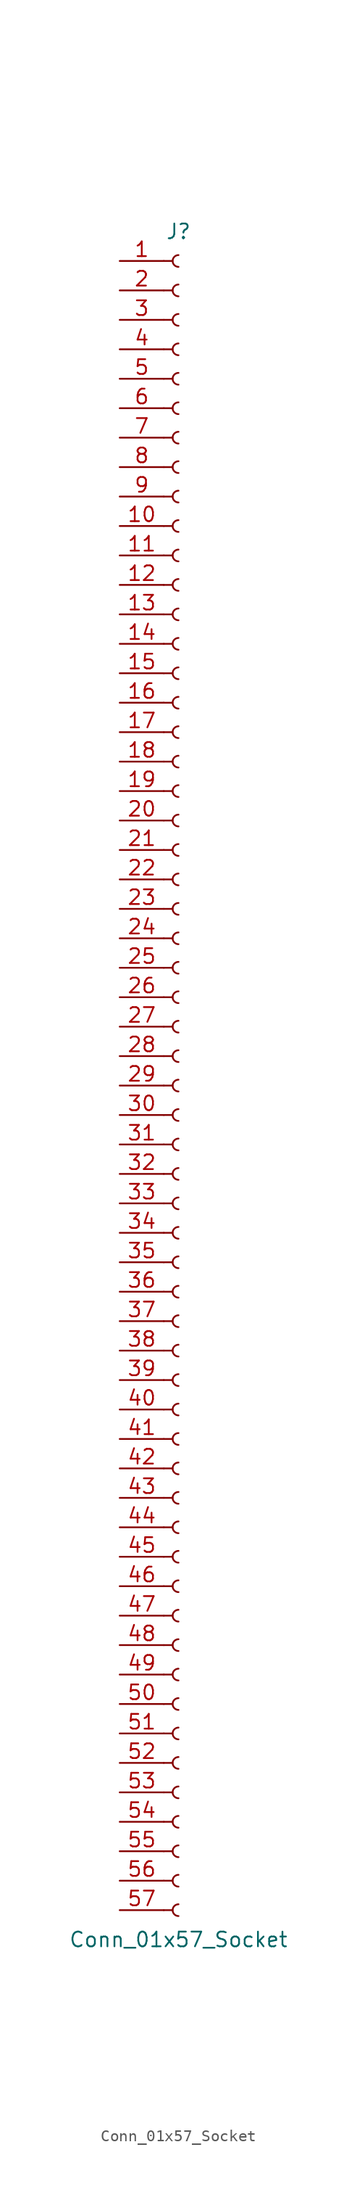
<source format=kicad_sym>
(kicad_symbol_lib
  (version 20241209)
  (generator "kicad_symbol_editor")
  (generator_version "9.0")
  (symbol "Conn_01x57_Socket"
    (pin_names
      (offset 1.016)
      (hide yes))
    (property "Reference" "J"
      (at 0 73.66 0)
      (effects (font (size 1.27 1.27))))
    (property "Value" "Conn_01x57_Socket"
      (at 0 -73.66 0)
      (effects (font (size 1.27 1.27))))
    (property "ki_locked" ""
      (at 0 0 0)
      (effects (font (size 1.27 1.27))))
    (symbol "Conn_01x57_Socket_1_1"
      (polyline (pts (xy -1.27 71.12) (xy -0.508 71.12)) (stroke (width 0.152) (type default)) (fill (type none)))
      (polyline (pts (xy -1.27 68.58) (xy -0.508 68.58)) (stroke (width 0.152) (type default)) (fill (type none)))
      (polyline (pts (xy -1.27 66.04) (xy -0.508 66.04)) (stroke (width 0.152) (type default)) (fill (type none)))
      (polyline (pts (xy -1.27 63.5) (xy -0.508 63.5)) (stroke (width 0.152) (type default)) (fill (type none)))
      (polyline (pts (xy -1.27 60.96) (xy -0.508 60.96)) (stroke (width 0.152) (type default)) (fill (type none)))
      (polyline (pts (xy -1.27 58.42) (xy -0.508 58.42)) (stroke (width 0.152) (type default)) (fill (type none)))
      (polyline (pts (xy -1.27 55.88) (xy -0.508 55.88)) (stroke (width 0.152) (type default)) (fill (type none)))
      (polyline (pts (xy -1.27 53.34) (xy -0.508 53.34)) (stroke (width 0.152) (type default)) (fill (type none)))
      (polyline (pts (xy -1.27 50.8) (xy -0.508 50.8)) (stroke (width 0.152) (type default)) (fill (type none)))
      (polyline (pts (xy -1.27 48.26) (xy -0.508 48.26)) (stroke (width 0.152) (type default)) (fill (type none)))
      (polyline (pts (xy -1.27 45.72) (xy -0.508 45.72)) (stroke (width 0.152) (type default)) (fill (type none)))
      (polyline (pts (xy -1.27 43.18) (xy -0.508 43.18)) (stroke (width 0.152) (type default)) (fill (type none)))
      (polyline (pts (xy -1.27 40.64) (xy -0.508 40.64)) (stroke (width 0.152) (type default)) (fill (type none)))
      (polyline (pts (xy -1.27 38.1) (xy -0.508 38.1)) (stroke (width 0.152) (type default)) (fill (type none)))
      (polyline (pts (xy -1.27 35.56) (xy -0.508 35.56)) (stroke (width 0.152) (type default)) (fill (type none)))
      (polyline (pts (xy -1.27 33.02) (xy -0.508 33.02)) (stroke (width 0.152) (type default)) (fill (type none)))
      (polyline (pts (xy -1.27 30.48) (xy -0.508 30.48)) (stroke (width 0.152) (type default)) (fill (type none)))
      (polyline (pts (xy -1.27 27.94) (xy -0.508 27.94)) (stroke (width 0.152) (type default)) (fill (type none)))
      (polyline (pts (xy -1.27 25.4) (xy -0.508 25.4)) (stroke (width 0.152) (type default)) (fill (type none)))
      (polyline (pts (xy -1.27 22.86) (xy -0.508 22.86)) (stroke (width 0.152) (type default)) (fill (type none)))
      (polyline (pts (xy -1.27 20.32) (xy -0.508 20.32)) (stroke (width 0.152) (type default)) (fill (type none)))
      (polyline (pts (xy -1.27 17.78) (xy -0.508 17.78)) (stroke (width 0.152) (type default)) (fill (type none)))
      (polyline (pts (xy -1.27 15.24) (xy -0.508 15.24)) (stroke (width 0.152) (type default)) (fill (type none)))
      (polyline (pts (xy -1.27 12.7) (xy -0.508 12.7)) (stroke (width 0.152) (type default)) (fill (type none)))
      (polyline (pts (xy -1.27 10.16) (xy -0.508 10.16)) (stroke (width 0.152) (type default)) (fill (type none)))
      (polyline (pts (xy -1.27 7.62) (xy -0.508 7.62)) (stroke (width 0.152) (type default)) (fill (type none)))
      (polyline (pts (xy -1.27 5.08) (xy -0.508 5.08)) (stroke (width 0.152) (type default)) (fill (type none)))
      (polyline (pts (xy -1.27 2.54) (xy -0.508 2.54)) (stroke (width 0.152) (type default)) (fill (type none)))
      (polyline (pts (xy -1.27 0) (xy -0.508 0)) (stroke (width 0.152) (type default)) (fill (type none)))
      (polyline (pts (xy -1.27 -2.54) (xy -0.508 -2.54)) (stroke (width 0.152) (type default)) (fill (type none)))
      (polyline (pts (xy -1.27 -5.08) (xy -0.508 -5.08)) (stroke (width 0.152) (type default)) (fill (type none)))
      (polyline (pts (xy -1.27 -7.62) (xy -0.508 -7.62)) (stroke (width 0.152) (type default)) (fill (type none)))
      (polyline (pts (xy -1.27 -10.16) (xy -0.508 -10.16)) (stroke (width 0.152) (type default)) (fill (type none)))
      (polyline (pts (xy -1.27 -12.7) (xy -0.508 -12.7)) (stroke (width 0.152) (type default)) (fill (type none)))
      (polyline (pts (xy -1.27 -15.24) (xy -0.508 -15.24)) (stroke (width 0.152) (type default)) (fill (type none)))
      (polyline (pts (xy -1.27 -17.78) (xy -0.508 -17.78)) (stroke (width 0.152) (type default)) (fill (type none)))
      (polyline (pts (xy -1.27 -20.32) (xy -0.508 -20.32)) (stroke (width 0.152) (type default)) (fill (type none)))
      (polyline (pts (xy -1.27 -22.86) (xy -0.508 -22.86)) (stroke (width 0.152) (type default)) (fill (type none)))
      (polyline (pts (xy -1.27 -25.4) (xy -0.508 -25.4)) (stroke (width 0.152) (type default)) (fill (type none)))
      (polyline (pts (xy -1.27 -27.94) (xy -0.508 -27.94)) (stroke (width 0.152) (type default)) (fill (type none)))
      (polyline (pts (xy -1.27 -30.48) (xy -0.508 -30.48)) (stroke (width 0.152) (type default)) (fill (type none)))
      (polyline (pts (xy -1.27 -33.02) (xy -0.508 -33.02)) (stroke (width 0.152) (type default)) (fill (type none)))
      (polyline (pts (xy -1.27 -35.56) (xy -0.508 -35.56)) (stroke (width 0.152) (type default)) (fill (type none)))
      (polyline (pts (xy -1.27 -38.1) (xy -0.508 -38.1)) (stroke (width 0.152) (type default)) (fill (type none)))
      (polyline (pts (xy -1.27 -40.64) (xy -0.508 -40.64)) (stroke (width 0.152) (type default)) (fill (type none)))
      (polyline (pts (xy -1.27 -43.18) (xy -0.508 -43.18)) (stroke (width 0.152) (type default)) (fill (type none)))
      (polyline (pts (xy -1.27 -45.72) (xy -0.508 -45.72)) (stroke (width 0.152) (type default)) (fill (type none)))
      (polyline (pts (xy -1.27 -48.26) (xy -0.508 -48.26)) (stroke (width 0.152) (type default)) (fill (type none)))
      (polyline (pts (xy -1.27 -50.8) (xy -0.508 -50.8)) (stroke (width 0.152) (type default)) (fill (type none)))
      (polyline (pts (xy -1.27 -53.34) (xy -0.508 -53.34)) (stroke (width 0.152) (type default)) (fill (type none)))
      (polyline (pts (xy -1.27 -55.88) (xy -0.508 -55.88)) (stroke (width 0.152) (type default)) (fill (type none)))
      (polyline (pts (xy -1.27 -58.42) (xy -0.508 -58.42)) (stroke (width 0.152) (type default)) (fill (type none)))
      (polyline (pts (xy -1.27 -60.96) (xy -0.508 -60.96)) (stroke (width 0.152) (type default)) (fill (type none)))
      (polyline (pts (xy -1.27 -63.5) (xy -0.508 -63.5)) (stroke (width 0.152) (type default)) (fill (type none)))
      (polyline (pts (xy -1.27 -66.04) (xy -0.508 -66.04)) (stroke (width 0.152) (type default)) (fill (type none)))
      (polyline (pts (xy -1.27 -68.58) (xy -0.508 -68.58)) (stroke (width 0.152) (type default)) (fill (type none)))
      (polyline (pts (xy -1.27 -71.12) (xy -0.508 -71.12)) (stroke (width 0.152) (type default)) (fill (type none)))
      (arc (start 0 70.612) (mid -0.5058 71.12) (end 0 71.628) (stroke (width 0.1524) (type default)) (fill (type none)))
      (arc (start 0 68.072) (mid -0.5058 68.58) (end 0 69.088) (stroke (width 0.1524) (type default)) (fill (type none)))
      (arc (start 0 65.532) (mid -0.5058 66.04) (end 0 66.548) (stroke (width 0.1524) (type default)) (fill (type none)))
      (arc (start 0 62.992) (mid -0.5058 63.5) (end 0 64.008) (stroke (width 0.1524) (type default)) (fill (type none)))
      (arc (start 0 60.452) (mid -0.5058 60.96) (end 0 61.468) (stroke (width 0.1524) (type default)) (fill (type none)))
      (arc (start 0 57.912) (mid -0.5058 58.42) (end 0 58.928) (stroke (width 0.1524) (type default)) (fill (type none)))
      (arc (start 0 55.372) (mid -0.5058 55.88) (end 0 56.388) (stroke (width 0.1524) (type default)) (fill (type none)))
      (arc (start 0 52.832) (mid -0.5058 53.34) (end 0 53.848) (stroke (width 0.1524) (type default)) (fill (type none)))
      (arc (start 0 50.292) (mid -0.5058 50.8) (end 0 51.308) (stroke (width 0.1524) (type default)) (fill (type none)))
      (arc (start 0 47.752) (mid -0.5058 48.26) (end 0 48.768) (stroke (width 0.1524) (type default)) (fill (type none)))
      (arc (start 0 45.212) (mid -0.5058 45.72) (end 0 46.228) (stroke (width 0.1524) (type default)) (fill (type none)))
      (arc (start 0 42.672) (mid -0.5058 43.18) (end 0 43.688) (stroke (width 0.1524) (type default)) (fill (type none)))
      (arc (start 0 40.132) (mid -0.5058 40.64) (end 0 41.148) (stroke (width 0.1524) (type default)) (fill (type none)))
      (arc (start 0 37.592) (mid -0.5058 38.1) (end 0 38.608) (stroke (width 0.1524) (type default)) (fill (type none)))
      (arc (start 0 35.052) (mid -0.5058 35.56) (end 0 36.068) (stroke (width 0.1524) (type default)) (fill (type none)))
      (arc (start 0 32.512) (mid -0.5058 33.02) (end 0 33.528) (stroke (width 0.1524) (type default)) (fill (type none)))
      (arc (start 0 29.972) (mid -0.5058 30.48) (end 0 30.988) (stroke (width 0.1524) (type default)) (fill (type none)))
      (arc (start 0 27.432) (mid -0.5058 27.94) (end 0 28.448) (stroke (width 0.1524) (type default)) (fill (type none)))
      (arc (start 0 24.892) (mid -0.5058 25.4) (end 0 25.908) (stroke (width 0.1524) (type default)) (fill (type none)))
      (arc (start 0 22.352) (mid -0.5058 22.86) (end 0 23.368) (stroke (width 0.1524) (type default)) (fill (type none)))
      (arc (start 0 19.812) (mid -0.5058 20.32) (end 0 20.828) (stroke (width 0.1524) (type default)) (fill (type none)))
      (arc (start 0 17.272) (mid -0.5058 17.78) (end 0 18.288) (stroke (width 0.1524) (type default)) (fill (type none)))
      (arc (start 0 14.732) (mid -0.5058 15.24) (end 0 15.748) (stroke (width 0.1524) (type default)) (fill (type none)))
      (arc (start 0 12.192) (mid -0.5058 12.7) (end 0 13.208) (stroke (width 0.1524) (type default)) (fill (type none)))
      (arc (start 0 9.652) (mid -0.5058 10.16) (end 0 10.668) (stroke (width 0.1524) (type default)) (fill (type none)))
      (arc (start 0 7.112) (mid -0.5058 7.62) (end 0 8.128) (stroke (width 0.1524) (type default)) (fill (type none)))
      (arc (start 0 4.572) (mid -0.5058 5.08) (end 0 5.588) (stroke (width 0.1524) (type default)) (fill (type none)))
      (arc (start 0 2.032) (mid -0.5058 2.54) (end 0 3.048) (stroke (width 0.1524) (type default)) (fill (type none)))
      (arc (start 0 -0.508) (mid -0.5058 0) (end 0 0.508) (stroke (width 0.1524) (type default)) (fill (type none)))
      (arc (start 0 -3.048) (mid -0.5058 -2.54) (end 0 -2.032) (stroke (width 0.1524) (type default)) (fill (type none)))
      (arc (start 0 -5.588) (mid -0.5058 -5.08) (end 0 -4.572) (stroke (width 0.1524) (type default)) (fill (type none)))
      (arc (start 0 -8.128) (mid -0.5058 -7.62) (end 0 -7.112) (stroke (width 0.1524) (type default)) (fill (type none)))
      (arc (start 0 -10.668) (mid -0.5058 -10.16) (end 0 -9.652) (stroke (width 0.1524) (type default)) (fill (type none)))
      (arc (start 0 -13.208) (mid -0.5058 -12.7) (end 0 -12.192) (stroke (width 0.1524) (type default)) (fill (type none)))
      (arc (start 0 -15.748) (mid -0.5058 -15.24) (end 0 -14.732) (stroke (width 0.1524) (type default)) (fill (type none)))
      (arc (start 0 -18.288) (mid -0.5058 -17.78) (end 0 -17.272) (stroke (width 0.1524) (type default)) (fill (type none)))
      (arc (start 0 -20.828) (mid -0.5058 -20.32) (end 0 -19.812) (stroke (width 0.1524) (type default)) (fill (type none)))
      (arc (start 0 -23.368) (mid -0.5058 -22.86) (end 0 -22.352) (stroke (width 0.1524) (type default)) (fill (type none)))
      (arc (start 0 -25.908) (mid -0.5058 -25.4) (end 0 -24.892) (stroke (width 0.1524) (type default)) (fill (type none)))
      (arc (start 0 -28.448) (mid -0.5058 -27.94) (end 0 -27.432) (stroke (width 0.1524) (type default)) (fill (type none)))
      (arc (start 0 -30.988) (mid -0.5058 -30.48) (end 0 -29.972) (stroke (width 0.1524) (type default)) (fill (type none)))
      (arc (start 0 -33.528) (mid -0.5058 -33.02) (end 0 -32.512) (stroke (width 0.1524) (type default)) (fill (type none)))
      (arc (start 0 -36.068) (mid -0.5058 -35.56) (end 0 -35.052) (stroke (width 0.1524) (type default)) (fill (type none)))
      (arc (start 0 -38.608) (mid -0.5058 -38.1) (end 0 -37.592) (stroke (width 0.1524) (type default)) (fill (type none)))
      (arc (start 0 -41.148) (mid -0.5058 -40.64) (end 0 -40.132) (stroke (width 0.1524) (type default)) (fill (type none)))
      (arc (start 0 -43.688) (mid -0.5058 -43.18) (end 0 -42.672) (stroke (width 0.1524) (type default)) (fill (type none)))
      (arc (start 0 -46.228) (mid -0.5058 -45.72) (end 0 -45.212) (stroke (width 0.1524) (type default)) (fill (type none)))
      (arc (start 0 -48.768) (mid -0.5058 -48.26) (end 0 -47.752) (stroke (width 0.1524) (type default)) (fill (type none)))
      (arc (start 0 -51.308) (mid -0.5058 -50.8) (end 0 -50.292) (stroke (width 0.1524) (type default)) (fill (type none)))
      (arc (start 0 -53.848) (mid -0.5058 -53.34) (end 0 -52.832) (stroke (width 0.1524) (type default)) (fill (type none)))
      (arc (start 0 -56.388) (mid -0.5058 -55.88) (end 0 -55.372) (stroke (width 0.1524) (type default)) (fill (type none)))
      (arc (start 0 -58.928) (mid -0.5058 -58.42) (end 0 -57.912) (stroke (width 0.1524) (type default)) (fill (type none)))
      (arc (start 0 -61.468) (mid -0.5058 -60.96) (end 0 -60.452) (stroke (width 0.1524) (type default)) (fill (type none)))
      (arc (start 0 -64.008) (mid -0.5058 -63.5) (end 0 -62.992) (stroke (width 0.1524) (type default)) (fill (type none)))
      (arc (start 0 -66.548) (mid -0.5058 -66.04) (end 0 -65.532) (stroke (width 0.1524) (type default)) (fill (type none)))
      (arc (start 0 -69.088) (mid -0.5058 -68.58) (end 0 -68.072) (stroke (width 0.1524) (type default)) (fill (type none)))
      (arc (start 0 -71.628) (mid -0.5058 -71.12) (end 0 -70.612) (stroke (width 0.1524) (type default)) (fill (type none)))
      (pin passive line (at -5.08 71.12 0) (length 3.81) (name "Pin_1" (effects (font (size 1.27 1.27)))) (number "1" (effects (font (size 1.27 1.27)))))
      (pin passive line (at -5.08 68.58 0) (length 3.81) (name "Pin_2" (effects (font (size 1.27 1.27)))) (number "2" (effects (font (size 1.27 1.27)))))
      (pin passive line (at -5.08 66.04 0) (length 3.81) (name "Pin_3" (effects (font (size 1.27 1.27)))) (number "3" (effects (font (size 1.27 1.27)))))
      (pin passive line (at -5.08 63.5 0) (length 3.81) (name "Pin_4" (effects (font (size 1.27 1.27)))) (number "4" (effects (font (size 1.27 1.27)))))
      (pin passive line (at -5.08 60.96 0) (length 3.81) (name "Pin_5" (effects (font (size 1.27 1.27)))) (number "5" (effects (font (size 1.27 1.27)))))
      (pin passive line (at -5.08 58.42 0) (length 3.81) (name "Pin_6" (effects (font (size 1.27 1.27)))) (number "6" (effects (font (size 1.27 1.27)))))
      (pin passive line (at -5.08 55.88 0) (length 3.81) (name "Pin_7" (effects (font (size 1.27 1.27)))) (number "7" (effects (font (size 1.27 1.27)))))
      (pin passive line (at -5.08 53.34 0) (length 3.81) (name "Pin_8" (effects (font (size 1.27 1.27)))) (number "8" (effects (font (size 1.27 1.27)))))
      (pin passive line (at -5.08 50.8 0) (length 3.81) (name "Pin_9" (effects (font (size 1.27 1.27)))) (number "9" (effects (font (size 1.27 1.27)))))
      (pin passive line (at -5.08 48.26 0) (length 3.81) (name "Pin_10" (effects (font (size 1.27 1.27)))) (number "10" (effects (font (size 1.27 1.27)))))
      (pin passive line (at -5.08 45.72 0) (length 3.81) (name "Pin_11" (effects (font (size 1.27 1.27)))) (number "11" (effects (font (size 1.27 1.27)))))
      (pin passive line (at -5.08 43.18 0) (length 3.81) (name "Pin_12" (effects (font (size 1.27 1.27)))) (number "12" (effects (font (size 1.27 1.27)))))
      (pin passive line (at -5.08 40.64 0) (length 3.81) (name "Pin_13" (effects (font (size 1.27 1.27)))) (number "13" (effects (font (size 1.27 1.27)))))
      (pin passive line (at -5.08 38.1 0) (length 3.81) (name "Pin_14" (effects (font (size 1.27 1.27)))) (number "14" (effects (font (size 1.27 1.27)))))
      (pin passive line (at -5.08 35.56 0) (length 3.81) (name "Pin_15" (effects (font (size 1.27 1.27)))) (number "15" (effects (font (size 1.27 1.27)))))
      (pin passive line (at -5.08 33.02 0) (length 3.81) (name "Pin_16" (effects (font (size 1.27 1.27)))) (number "16" (effects (font (size 1.27 1.27)))))
      (pin passive line (at -5.08 30.48 0) (length 3.81) (name "Pin_17" (effects (font (size 1.27 1.27)))) (number "17" (effects (font (size 1.27 1.27)))))
      (pin passive line (at -5.08 27.94 0) (length 3.81) (name "Pin_18" (effects (font (size 1.27 1.27)))) (number "18" (effects (font (size 1.27 1.27)))))
      (pin passive line (at -5.08 25.4 0) (length 3.81) (name "Pin_19" (effects (font (size 1.27 1.27)))) (number "19" (effects (font (size 1.27 1.27)))))
      (pin passive line (at -5.08 22.86 0) (length 3.81) (name "Pin_20" (effects (font (size 1.27 1.27)))) (number "20" (effects (font (size 1.27 1.27)))))
      (pin passive line (at -5.08 20.32 0) (length 3.81) (name "Pin_21" (effects (font (size 1.27 1.27)))) (number "21" (effects (font (size 1.27 1.27)))))
      (pin passive line (at -5.08 17.78 0) (length 3.81) (name "Pin_22" (effects (font (size 1.27 1.27)))) (number "22" (effects (font (size 1.27 1.27)))))
      (pin passive line (at -5.08 15.24 0) (length 3.81) (name "Pin_23" (effects (font (size 1.27 1.27)))) (number "23" (effects (font (size 1.27 1.27)))))
      (pin passive line (at -5.08 12.7 0) (length 3.81) (name "Pin_24" (effects (font (size 1.27 1.27)))) (number "24" (effects (font (size 1.27 1.27)))))
      (pin passive line (at -5.08 10.16 0) (length 3.81) (name "Pin_25" (effects (font (size 1.27 1.27)))) (number "25" (effects (font (size 1.27 1.27)))))
      (pin passive line (at -5.08 7.62 0) (length 3.81) (name "Pin_26" (effects (font (size 1.27 1.27)))) (number "26" (effects (font (size 1.27 1.27)))))
      (pin passive line (at -5.08 5.08 0) (length 3.81) (name "Pin_27" (effects (font (size 1.27 1.27)))) (number "27" (effects (font (size 1.27 1.27)))))
      (pin passive line (at -5.08 2.54 0) (length 3.81) (name "Pin_28" (effects (font (size 1.27 1.27)))) (number "28" (effects (font (size 1.27 1.27)))))
      (pin passive line (at -5.08 0 0) (length 3.81) (name "Pin_29" (effects (font (size 1.27 1.27)))) (number "29" (effects (font (size 1.27 1.27)))))
      (pin passive line (at -5.08 -2.54 0) (length 3.81) (name "Pin_30" (effects (font (size 1.27 1.27)))) (number "30" (effects (font (size 1.27 1.27)))))
      (pin passive line (at -5.08 -5.08 0) (length 3.81) (name "Pin_31" (effects (font (size 1.27 1.27)))) (number "31" (effects (font (size 1.27 1.27)))))
      (pin passive line (at -5.08 -7.62 0) (length 3.81) (name "Pin_32" (effects (font (size 1.27 1.27)))) (number "32" (effects (font (size 1.27 1.27)))))
      (pin passive line (at -5.08 -10.16 0) (length 3.81) (name "Pin_33" (effects (font (size 1.27 1.27)))) (number "33" (effects (font (size 1.27 1.27)))))
      (pin passive line (at -5.08 -12.7 0) (length 3.81) (name "Pin_34" (effects (font (size 1.27 1.27)))) (number "34" (effects (font (size 1.27 1.27)))))
      (pin passive line (at -5.08 -15.24 0) (length 3.81) (name "Pin_35" (effects (font (size 1.27 1.27)))) (number "35" (effects (font (size 1.27 1.27)))))
      (pin passive line (at -5.08 -17.78 0) (length 3.81) (name "Pin_36" (effects (font (size 1.27 1.27)))) (number "36" (effects (font (size 1.27 1.27)))))
      (pin passive line (at -5.08 -20.32 0) (length 3.81) (name "Pin_37" (effects (font (size 1.27 1.27)))) (number "37" (effects (font (size 1.27 1.27)))))
      (pin passive line (at -5.08 -22.86 0) (length 3.81) (name "Pin_38" (effects (font (size 1.27 1.27)))) (number "38" (effects (font (size 1.27 1.27)))))
      (pin passive line (at -5.08 -25.4 0) (length 3.81) (name "Pin_39" (effects (font (size 1.27 1.27)))) (number "39" (effects (font (size 1.27 1.27)))))
      (pin passive line (at -5.08 -27.94 0) (length 3.81) (name "Pin_40" (effects (font (size 1.27 1.27)))) (number "40" (effects (font (size 1.27 1.27)))))
      (pin passive line (at -5.08 -30.48 0) (length 3.81) (name "Pin_41" (effects (font (size 1.27 1.27)))) (number "41" (effects (font (size 1.27 1.27)))))
      (pin passive line (at -5.08 -33.02 0) (length 3.81) (name "Pin_42" (effects (font (size 1.27 1.27)))) (number "42" (effects (font (size 1.27 1.27)))))
      (pin passive line (at -5.08 -35.56 0) (length 3.81) (name "Pin_43" (effects (font (size 1.27 1.27)))) (number "43" (effects (font (size 1.27 1.27)))))
      (pin passive line (at -5.08 -38.1 0) (length 3.81) (name "Pin_44" (effects (font (size 1.27 1.27)))) (number "44" (effects (font (size 1.27 1.27)))))
      (pin passive line (at -5.08 -40.64 0) (length 3.81) (name "Pin_45" (effects (font (size 1.27 1.27)))) (number "45" (effects (font (size 1.27 1.27)))))
      (pin passive line (at -5.08 -43.18 0) (length 3.81) (name "Pin_46" (effects (font (size 1.27 1.27)))) (number "46" (effects (font (size 1.27 1.27)))))
      (pin passive line (at -5.08 -45.72 0) (length 3.81) (name "Pin_47" (effects (font (size 1.27 1.27)))) (number "47" (effects (font (size 1.27 1.27)))))
      (pin passive line (at -5.08 -48.26 0) (length 3.81) (name "Pin_48" (effects (font (size 1.27 1.27)))) (number "48" (effects (font (size 1.27 1.27)))))
      (pin passive line (at -5.08 -50.8 0) (length 3.81) (name "Pin_49" (effects (font (size 1.27 1.27)))) (number "49" (effects (font (size 1.27 1.27)))))
      (pin passive line (at -5.08 -53.34 0) (length 3.81) (name "Pin_50" (effects (font (size 1.27 1.27)))) (number "50" (effects (font (size 1.27 1.27)))))
      (pin passive line (at -5.08 -55.88 0) (length 3.81) (name "Pin_51" (effects (font (size 1.27 1.27)))) (number "51" (effects (font (size 1.27 1.27)))))
      (pin passive line (at -5.08 -58.42 0) (length 3.81) (name "Pin_52" (effects (font (size 1.27 1.27)))) (number "52" (effects (font (size 1.27 1.27)))))
      (pin passive line (at -5.08 -60.96 0) (length 3.81) (name "Pin_53" (effects (font (size 1.27 1.27)))) (number "53" (effects (font (size 1.27 1.27)))))
      (pin passive line (at -5.08 -63.5 0) (length 3.81) (name "Pin_54" (effects (font (size 1.27 1.27)))) (number "54" (effects (font (size 1.27 1.27)))))
      (pin passive line (at -5.08 -66.04 0) (length 3.81) (name "Pin_55" (effects (font (size 1.27 1.27)))) (number "55" (effects (font (size 1.27 1.27)))))
      (pin passive line (at -5.08 -68.58 0) (length 3.81) (name "Pin_56" (effects (font (size 1.27 1.27)))) (number "56" (effects (font (size 1.27 1.27)))))
      (pin passive line (at -5.08 -71.12 0) (length 3.81) (name "Pin_57" (effects (font (size 1.27 1.27)))) (number "57" (effects (font (size 1.27 1.27))))))))
</source>
